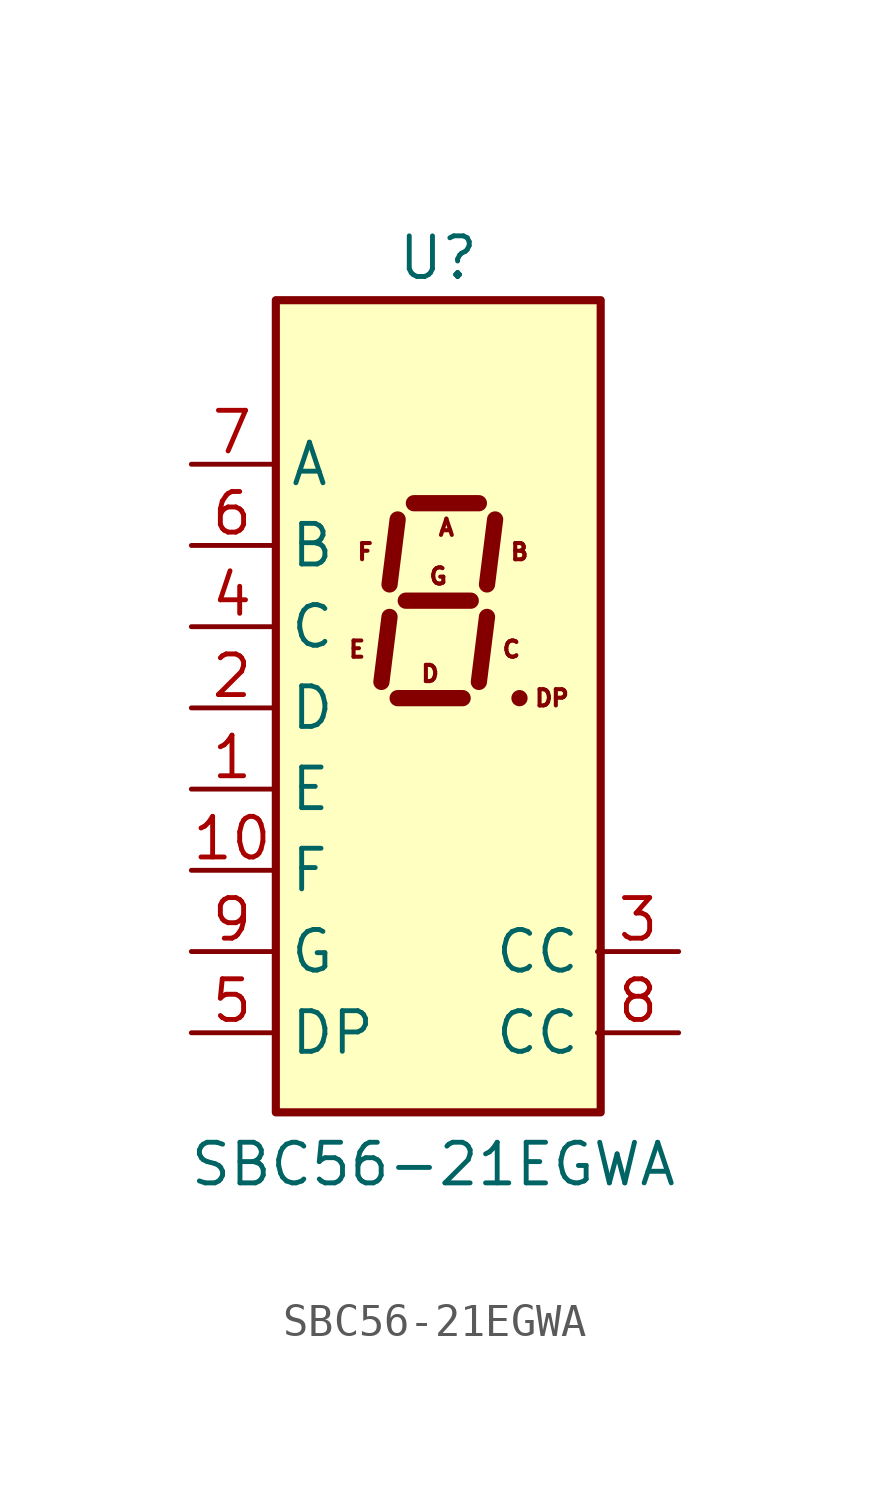
<source format=kicad_sym>
(kicad_symbol_lib
  (version 20211014)
  (generator kicad_symbol_editor)
  (symbol "SBC56-21EGWA"
    (property "Reference" "U"
      (at 0.102 15.342 0)
      (effects (font (size 1.27 1.27))))
    (property "Value" "SBC56-21EGWA"
      (at -0.051 -13.005 0)
      (effects (font (size 1.27 1.27))))
    (symbol "SBC56-21EGWA_0_0"
      (text "A" (at 0.356 6.909 0) (effects (font (size 0.508 0.508))))
      (text "B" (at 2.642 6.147 0) (effects (font (size 0.508 0.508))))
      (text "C" (at 2.388 3.099 0) (effects (font (size 0.508 0.508))))
      (text "D" (at -0.152 2.337 0) (effects (font (size 0.508 0.508))))
      (text "DP" (at 3.658 1.575 0) (effects (font (size 0.508 0.508))))
      (text "E" (at -2.438 3.099 0) (effects (font (size 0.508 0.508))))
      (text "F" (at -2.184 6.147 0) (effects (font (size 0.508 0.508))))
      (text "G" (at 0.102 5.385 0) (effects (font (size 0.508 0.508)))))
    (symbol "SBC56-21EGWA_0_1"
      (rectangle (start -4.978 14.021) (end 5.182 -11.379) (stroke (width 0.254) (type default) (color 0 0 0 0)) (fill (type background)))
      (polyline (pts (xy -1.422 4.115) (xy -1.676 2.083)) (stroke (width 0.508) (type default) (color 0 0 0 0)) (fill (type none)))
      (polyline (pts (xy -1.168 1.575) (xy 0.864 1.575)) (stroke (width 0.508) (type default) (color 0 0 0 0)) (fill (type none)))
      (polyline (pts (xy -1.168 7.163) (xy -1.422 5.131)) (stroke (width 0.508) (type default) (color 0 0 0 0)) (fill (type none)))
      (polyline (pts (xy -0.914 4.623) (xy 1.118 4.623)) (stroke (width 0.508) (type default) (color 0 0 0 0)) (fill (type none)))
      (polyline (pts (xy -0.66 7.671) (xy 1.372 7.671)) (stroke (width 0.508) (type default) (color 0 0 0 0)) (fill (type none)))
      (polyline (pts (xy 1.626 4.115) (xy 1.372 2.083)) (stroke (width 0.508) (type default) (color 0 0 0 0)) (fill (type none)))
      (polyline (pts (xy 1.88 7.163) (xy 1.626 5.131)) (stroke (width 0.508) (type default) (color 0 0 0 0)) (fill (type none)))
      (polyline (pts (xy 2.642 1.575) (xy 2.642 1.575)) (stroke (width 0.508) (type default) (color 0 0 0 0)) (fill (type none))))
    (symbol "SBC56-21EGWA_1_1"
      (pin input line (at -7.62 -1.27 0) (length 2.54) (name "E" (effects (font (size 1.27 1.27)))) (number "1" (effects (font (size 1.27 1.27)))))
      (pin input line (at -7.62 -3.81 0) (length 2.54) (name "F" (effects (font (size 1.27 1.27)))) (number "10" (effects (font (size 1.27 1.27)))))
      (pin input line (at -7.62 1.27 0) (length 2.54) (name "D" (effects (font (size 1.27 1.27)))) (number "2" (effects (font (size 1.27 1.27)))))
      (pin input line (at 7.62 -6.35 180) (length 2.54) (name "CC" (effects (font (size 1.27 1.27)))) (number "3" (effects (font (size 1.27 1.27)))))
      (pin input line (at -7.62 3.81 0) (length 2.54) (name "C" (effects (font (size 1.27 1.27)))) (number "4" (effects (font (size 1.27 1.27)))))
      (pin input line (at -7.62 -8.89 0) (length 2.54) (name "DP" (effects (font (size 1.27 1.27)))) (number "5" (effects (font (size 1.27 1.27)))))
      (pin input line (at -7.62 6.35 0) (length 2.54) (name "B" (effects (font (size 1.27 1.27)))) (number "6" (effects (font (size 1.27 1.27)))))
      (pin input line (at -7.62 8.89 0) (length 2.54) (name "A" (effects (font (size 1.27 1.27)))) (number "7" (effects (font (size 1.27 1.27)))))
      (pin input line (at 7.62 -8.89 180) (length 2.54) (name "CC" (effects (font (size 1.27 1.27)))) (number "8" (effects (font (size 1.27 1.27)))))
      (pin input line (at -7.62 -6.35 0) (length 2.54) (name "G" (effects (font (size 1.27 1.27)))) (number "9" (effects (font (size 1.27 1.27))))))))
</source>
